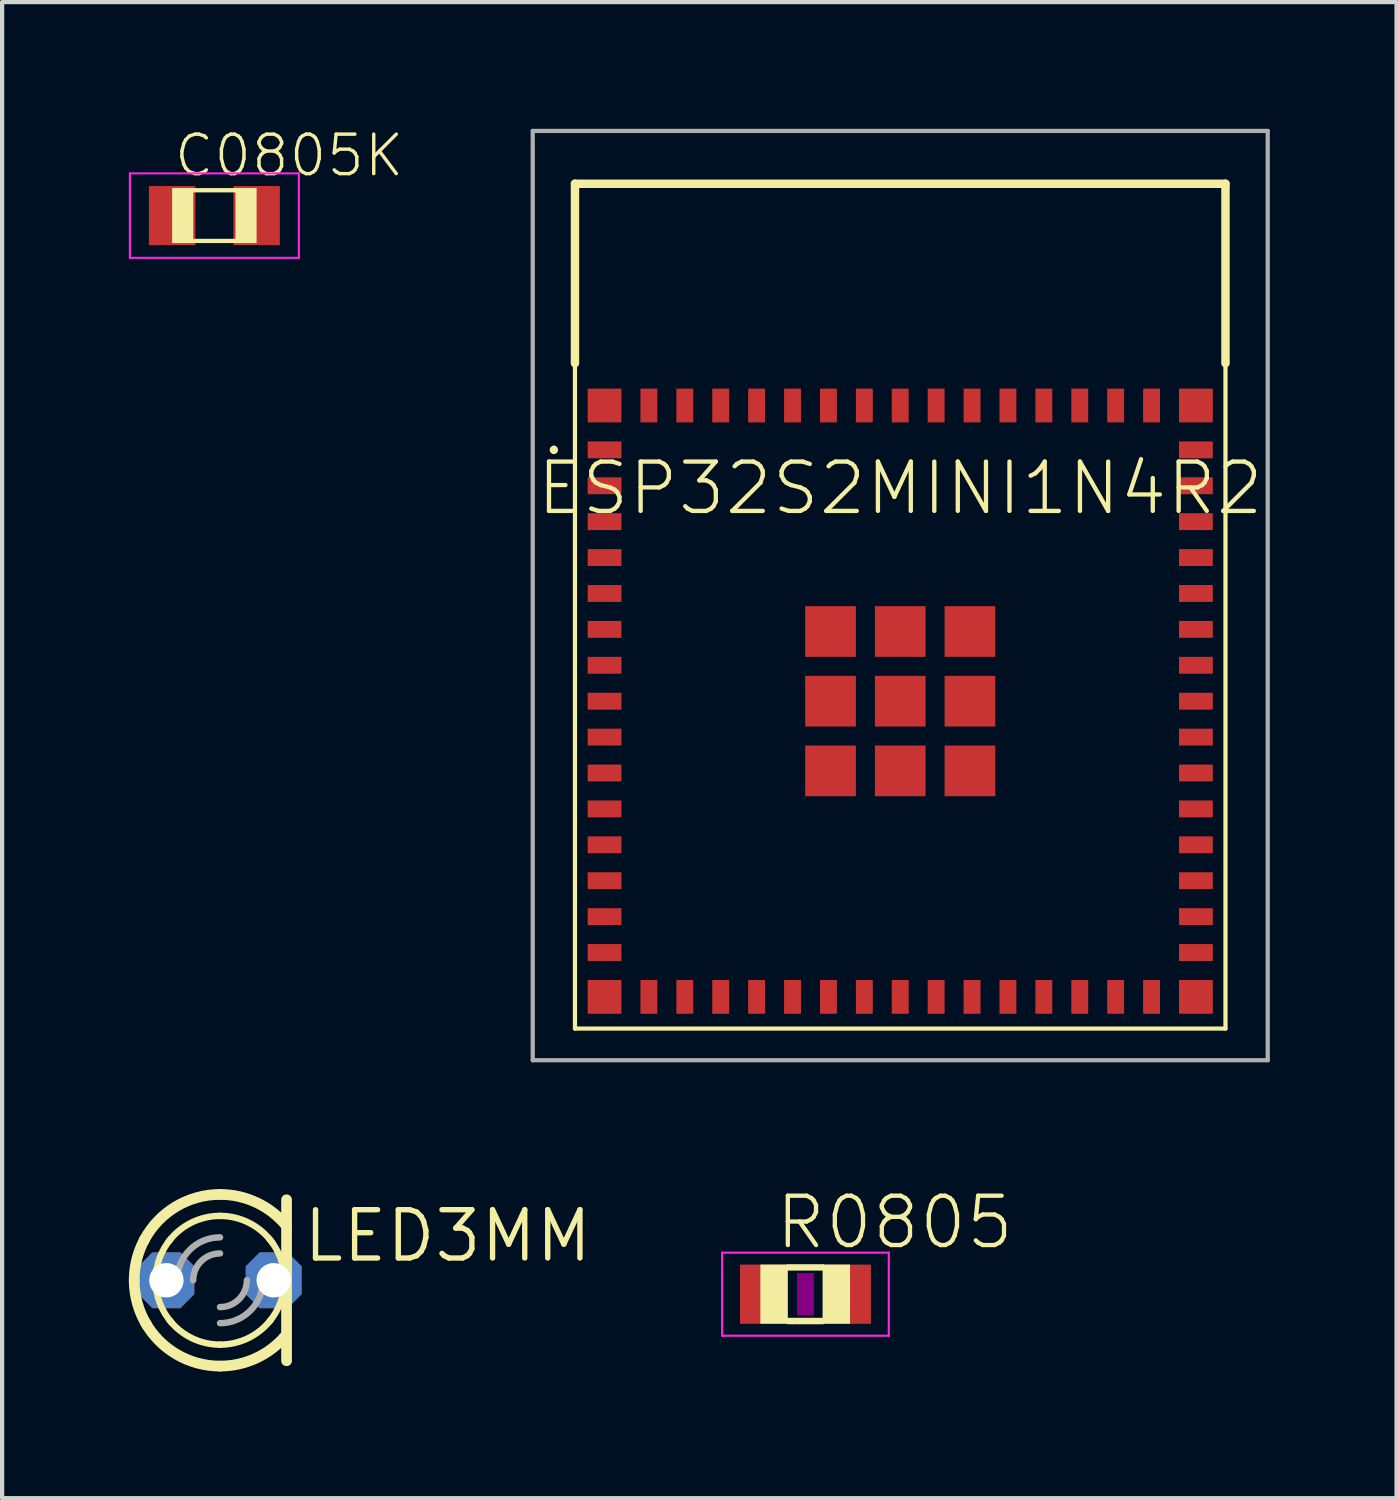
<source format=kicad_pcb>
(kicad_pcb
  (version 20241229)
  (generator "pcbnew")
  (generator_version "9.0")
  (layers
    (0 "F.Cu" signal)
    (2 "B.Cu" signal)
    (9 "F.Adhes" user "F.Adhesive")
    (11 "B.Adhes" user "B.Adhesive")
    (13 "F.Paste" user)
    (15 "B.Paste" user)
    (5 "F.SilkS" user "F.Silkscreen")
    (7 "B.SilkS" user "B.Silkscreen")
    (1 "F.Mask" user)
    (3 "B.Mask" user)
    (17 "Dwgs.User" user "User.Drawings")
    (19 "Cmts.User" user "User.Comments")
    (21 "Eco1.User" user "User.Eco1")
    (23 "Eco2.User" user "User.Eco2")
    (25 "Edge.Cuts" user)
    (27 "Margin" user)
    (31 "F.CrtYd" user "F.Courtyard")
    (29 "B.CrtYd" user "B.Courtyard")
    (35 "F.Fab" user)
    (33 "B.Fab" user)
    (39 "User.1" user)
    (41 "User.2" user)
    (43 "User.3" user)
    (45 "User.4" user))
  (footprint "LED3MM"
    (layer "F.Cu")
    (at 2.159 27.259)
    (property "Reference" "LED3MM" (at 1.905 -0.381 0) (layer "F.SilkS") (effects (font (size 1.143 1.143) (thickness 0.127)) (justify left bottom)))
    (fp_line (start 1.575 1.905) (end 1.575 -1.905) (stroke (width 0.254) (type solid)) (layer "F.SilkS"))
    (fp_arc (start -2.032 0) (mid -1.970339 -0.496775) (end -1.7891 -0.9634) (stroke (width 0.254) (type solid)) (layer "F.SilkS"))
    (fp_arc (start -1.7929 -0.9562) (mid -1.045438 -1.7424) (end 0 -2.032) (stroke (width 0.254) (type solid)) (layer "F.SilkS"))
    (fp_arc (start -1.7306 1.065) (mid -1.95521 0.553417) (end -2.032 0) (stroke (width 0.254) (type solid)) (layer "F.SilkS"))
    (fp_arc (start -1.524 0) (mid -1.432981 -0.518783) (end -1.1708 -0.9756) (stroke (width 0.1524) (type solid)) (layer "F.SilkS"))
    (fp_arc (start -1.2192 -0.9144) (mid -0.681554 -1.363107) (end 0 -1.524) (stroke (width 0.1524) (type solid)) (layer "F.SilkS"))
    (fp_arc (start -1.1391 1.0125) (mid -1.42454 0.5416) (end -1.524 0) (stroke (width 0.1524) (type solid)) (layer "F.SilkS"))
    (fp_arc (start 0 -2.032) (mid 0.861864 -1.840173) (end 1.561 -1.3009) (stroke (width 0.254) (type solid)) (layer "F.SilkS"))
    (fp_arc (start 0 -1.524) (mid 0.697339 -1.355082) (end 1.2401 -0.885801) (stroke (width 0.1524) (type solid)) (layer "F.SilkS"))
    (fp_arc (start 0 1.524) (mid -0.669593 1.369018) (end -1.203 0.9356) (stroke (width 0.1524) (type solid)) (layer "F.SilkS"))
    (fp_arc (start 0 2.032) (mid -1.019924 1.757525) (end -1.7643 1.0082) (stroke (width 0.254) (type solid)) (layer "F.SilkS"))
    (fp_arc (start 1.1571 -0.9918) (mid 1.429332 -0.528744) (end 1.524 0) (stroke (width 0.1524) (type solid)) (layer "F.SilkS"))
    (fp_arc (start 1.203 0.9356) (mid 0.669593 1.369018) (end 0 1.524) (stroke (width 0.1524) (type solid)) (layer "F.SilkS"))
    (fp_arc (start 1.524 0) (mid 1.432981 0.518783) (end 1.1708 0.9756) (stroke (width 0.1524) (type solid)) (layer "F.SilkS"))
    (fp_arc (start 1.5512 1.3126) (mid 0.854953 1.843405) (end 0 2.032) (stroke (width 0.254) (type solid)) (layer "F.SilkS"))
    (fp_arc (start -1.016 0) (mid -0.71842 -0.71842) (end 0 -1.016) (stroke (width 0.1524) (type solid)) (layer "F.Fab"))
    (fp_arc (start -0.635 0) (mid -0.449013 -0.449013) (end 0 -0.635) (stroke (width 0.1524) (type solid)) (layer "F.Fab"))
    (fp_arc (start 0.635 0) (mid 0.449013 0.449013) (end 0 0.635) (stroke (width 0.1524) (type solid)) (layer "F.Fab"))
    (fp_arc (start 1.016 0) (mid 0.71842 0.71842) (end 0 1.016) (stroke (width 0.1524) (type solid)) (layer "F.Fab"))
    (pad "A" thru_hole roundrect (at -1.27 0) (size 1.321 1.321) (drill 0.813) (layers "*.Cu" "*.Mask") (roundrect_rratio 0.25) (chamfer_ratio 0.25) (chamfer top_left top_right bottom_left bottom_right))
    (pad "K" thru_hole roundrect (at 1.27 0) (size 1.321 1.321) (drill 0.813) (layers "*.Cu" "*.Mask") (roundrect_rratio 0.25) (chamfer_ratio 0.25) (chamfer top_left top_right bottom_left bottom_right)))
  (footprint "C0805K"
    (layer "F.Cu")
    (at 2.025 2.054)
    (property "Reference" "C0805K" (at -1 -0.875 0) (layer "F.SilkS") (effects (font (size 0.935 0.935) (thickness 0.081)) (justify left bottom)))
    (fp_line (start -0.925 -0.6) (end 0.925 -0.6) (stroke (width 0.102) (type solid)) (layer "F.SilkS"))
    (fp_line (start 0.925 0.6) (end -0.925 0.6) (stroke (width 0.102) (type solid)) (layer "F.SilkS"))
    (fp_poly (pts (xy -1 0.65) (xy -0.5 0.65) (xy -0.5 -0.65) (xy -1 -0.65)) (stroke (width 0) (type solid)) (fill yes) (layer "F.SilkS"))
    (fp_poly (pts (xy 0.5 0.65) (xy 1 0.65) (xy 1 -0.65) (xy 0.5 -0.65)) (stroke (width 0) (type solid)) (fill yes) (layer "F.SilkS"))
    (fp_line (start -2 -1) (end 2 -1) (stroke (width 0.05) (type solid)) (layer "F.CrtYd"))
    (fp_line (start -2 1) (end -2 -1) (stroke (width 0.05) (type solid)) (layer "F.CrtYd"))
    (fp_line (start 2 -1) (end 2 1) (stroke (width 0.05) (type solid)) (layer "F.CrtYd"))
    (fp_line (start 2 1) (end -2 1) (stroke (width 0.05) (type solid)) (layer "F.CrtYd"))
    (pad "1" smd rect (at -1 0) (size 1.1 1.4) (layers "F.Cu" "F.Mask" "F.Paste"))
    (pad "2" smd rect (at 1 0) (size 1.1 1.4) (layers "F.Cu" "F.Mask" "F.Paste")))
  (footprint "ESP32S2MINI1N4R2"
    (layer "F.Cu")
    (at 18.262 13.55)
    (property "Reference" "ESP32S2MINI1N4R2" (at 0 -5.04 0) (layer "F.SilkS") (effects (font (size 1.168 1.168) (thickness 0.102))))
    (fp_line (start -7.7 -12.25) (end 7.7 -12.25) (stroke (width 0.2) (type solid)) (layer "F.SilkS"))
    (fp_line (start -7.7 -8) (end -7.7 -12.25) (stroke (width 0.2) (type solid)) (layer "F.SilkS"))
    (fp_line (start -7.7 7.75) (end -7.7 -12.25) (stroke (width 0.1) (type solid)) (layer "F.SilkS"))
    (fp_line (start 7.7 -12.25) (end 7.7 -8) (stroke (width 0.2) (type solid)) (layer "F.SilkS"))
    (fp_line (start 7.7 -12.25) (end 7.7 7.75) (stroke (width 0.1) (type solid)) (layer "F.SilkS"))
    (fp_line (start 7.7 7.75) (end -7.7 7.75) (stroke (width 0.1) (type solid)) (layer "F.SilkS"))
    (fp_arc (start -8.2 -6) (mid -8.15 -5.95) (end -8.2 -5.9) (stroke (width 0.1) (type solid)) (layer "F.SilkS"))
    (fp_arc (start -8.2 -5.9) (mid -8.25 -5.95) (end -8.2 -6) (stroke (width 0.1) (type solid)) (layer "F.SilkS"))
    (fp_line (start -8.7 -13.5) (end 8.7 -13.5) (stroke (width 0.1) (type solid)) (layer "F.Fab"))
    (fp_line (start -8.7 8.5) (end -8.7 -13.5) (stroke (width 0.1) (type solid)) (layer "F.Fab"))
    (fp_line (start 8.7 -13.5) (end 8.7 8.5) (stroke (width 0.1) (type solid)) (layer "F.Fab"))
    (fp_line (start 8.7 8.5) (end -8.7 8.5) (stroke (width 0.1) (type solid)) (layer "F.Fab"))
    (pad "1" smd rect (at -7 -5.95) (size 0.8 0.4) (layers "F.Cu" "F.Mask" "F.Paste"))
    (pad "2" smd rect (at -7 -5.1) (size 0.8 0.4) (layers "F.Cu" "F.Mask" "F.Paste"))
    (pad "3" smd rect (at -7 -4.25) (size 0.8 0.4) (layers "F.Cu" "F.Mask" "F.Paste"))
    (pad "4" smd rect (at -7 -3.4) (size 0.8 0.4) (layers "F.Cu" "F.Mask" "F.Paste"))
    (pad "5" smd rect (at -7 -2.55) (size 0.8 0.4) (layers "F.Cu" "F.Mask" "F.Paste"))
    (pad "6" smd rect (at -7 -1.7) (size 0.8 0.4) (layers "F.Cu" "F.Mask" "F.Paste"))
    (pad "7" smd rect (at -7 -0.85) (size 0.8 0.4) (layers "F.Cu" "F.Mask" "F.Paste"))
    (pad "8" smd rect (at -7 0) (size 0.8 0.4) (layers "F.Cu" "F.Mask" "F.Paste"))
    (pad "9" smd rect (at -7 0.85) (size 0.8 0.4) (layers "F.Cu" "F.Mask" "F.Paste"))
    (pad "10" smd rect (at -7 1.7) (size 0.8 0.4) (layers "F.Cu" "F.Mask" "F.Paste"))
    (pad "11" smd rect (at -7 2.55) (size 0.8 0.4) (layers "F.Cu" "F.Mask" "F.Paste"))
    (pad "12" smd rect (at -7 3.4) (size 0.8 0.4) (layers "F.Cu" "F.Mask" "F.Paste"))
    (pad "13" smd rect (at -7 4.25) (size 0.8 0.4) (layers "F.Cu" "F.Mask" "F.Paste"))
    (pad "14" smd rect (at -7 5.1) (size 0.8 0.4) (layers "F.Cu" "F.Mask" "F.Paste"))
    (pad "15" smd rect (at -7 5.95) (size 0.8 0.4) (layers "F.Cu" "F.Mask" "F.Paste"))
    (pad "16" smd rect (at -5.95 7 90) (size 0.8 0.4) (layers "F.Cu" "F.Mask" "F.Paste"))
    (pad "17" smd rect (at -5.1 7 90) (size 0.8 0.4) (layers "F.Cu" "F.Mask" "F.Paste"))
    (pad "18" smd rect (at -4.25 7 90) (size 0.8 0.4) (layers "F.Cu" "F.Mask" "F.Paste"))
    (pad "19" smd rect (at -3.4 7 90) (size 0.8 0.4) (layers "F.Cu" "F.Mask" "F.Paste"))
    (pad "20" smd rect (at -2.55 7 90) (size 0.8 0.4) (layers "F.Cu" "F.Mask" "F.Paste"))
    (pad "21" smd rect (at -1.7 7 90) (size 0.8 0.4) (layers "F.Cu" "F.Mask" "F.Paste"))
    (pad "22" smd rect (at -0.85 7 90) (size 0.8 0.4) (layers "F.Cu" "F.Mask" "F.Paste"))
    (pad "23" smd rect (at 0 7 90) (size 0.8 0.4) (layers "F.Cu" "F.Mask" "F.Paste"))
    (pad "24" smd rect (at 0.85 7 90) (size 0.8 0.4) (layers "F.Cu" "F.Mask" "F.Paste"))
    (pad "25" smd rect (at 1.7 7 90) (size 0.8 0.4) (layers "F.Cu" "F.Mask" "F.Paste"))
    (pad "26" smd rect (at 2.55 7 90) (size 0.8 0.4) (layers "F.Cu" "F.Mask" "F.Paste"))
    (pad "27" smd rect (at 3.4 7 90) (size 0.8 0.4) (layers "F.Cu" "F.Mask" "F.Paste"))
    (pad "28" smd rect (at 4.25 7 90) (size 0.8 0.4) (layers "F.Cu" "F.Mask" "F.Paste"))
    (pad "29" smd rect (at 5.1 7 90) (size 0.8 0.4) (layers "F.Cu" "F.Mask" "F.Paste"))
    (pad "30" smd rect (at 5.95 7 90) (size 0.8 0.4) (layers "F.Cu" "F.Mask" "F.Paste"))
    (pad "31" smd rect (at 7 5.95) (size 0.8 0.4) (layers "F.Cu" "F.Mask" "F.Paste"))
    (pad "32" smd rect (at 7 5.1) (size 0.8 0.4) (layers "F.Cu" "F.Mask" "F.Paste"))
    (pad "33" smd rect (at 7 4.25) (size 0.8 0.4) (layers "F.Cu" "F.Mask" "F.Paste"))
    (pad "34" smd rect (at 7 3.4) (size 0.8 0.4) (layers "F.Cu" "F.Mask" "F.Paste"))
    (pad "35" smd rect (at 7 2.55) (size 0.8 0.4) (layers "F.Cu" "F.Mask" "F.Paste"))
    (pad "36" smd rect (at 7 1.7) (size 0.8 0.4) (layers "F.Cu" "F.Mask" "F.Paste"))
    (pad "37" smd rect (at 7 0.85) (size 0.8 0.4) (layers "F.Cu" "F.Mask" "F.Paste"))
    (pad "38" smd rect (at 7 0) (size 0.8 0.4) (layers "F.Cu" "F.Mask" "F.Paste"))
    (pad "39" smd rect (at 7 -0.85) (size 0.8 0.4) (layers "F.Cu" "F.Mask" "F.Paste"))
    (pad "40" smd rect (at 7 -1.7) (size 0.8 0.4) (layers "F.Cu" "F.Mask" "F.Paste"))
    (pad "41" smd rect (at 7 -2.55) (size 0.8 0.4) (layers "F.Cu" "F.Mask" "F.Paste"))
    (pad "42" smd rect (at 7 -3.4) (size 0.8 0.4) (layers "F.Cu" "F.Mask" "F.Paste"))
    (pad "43" smd rect (at 7 -4.25) (size 0.8 0.4) (layers "F.Cu" "F.Mask" "F.Paste"))
    (pad "44" smd rect (at 7 -5.1) (size 0.8 0.4) (layers "F.Cu" "F.Mask" "F.Paste"))
    (pad "45" smd rect (at 7 -5.95) (size 0.8 0.4) (layers "F.Cu" "F.Mask" "F.Paste"))
    (pad "46" smd rect (at 5.95 -7 90) (size 0.8 0.4) (layers "F.Cu" "F.Mask" "F.Paste"))
    (pad "47" smd rect (at 5.1 -7 90) (size 0.8 0.4) (layers "F.Cu" "F.Mask" "F.Paste"))
    (pad "48" smd rect (at 4.25 -7 90) (size 0.8 0.4) (layers "F.Cu" "F.Mask" "F.Paste"))
    (pad "49" smd rect (at 3.4 -7 90) (size 0.8 0.4) (layers "F.Cu" "F.Mask" "F.Paste"))
    (pad "50" smd rect (at 2.55 -7 90) (size 0.8 0.4) (layers "F.Cu" "F.Mask" "F.Paste"))
    (pad "51" smd rect (at 1.7 -7 90) (size 0.8 0.4) (layers "F.Cu" "F.Mask" "F.Paste"))
    (pad "52" smd rect (at 0.85 -7 90) (size 0.8 0.4) (layers "F.Cu" "F.Mask" "F.Paste"))
    (pad "53" smd rect (at 0 -7 90) (size 0.8 0.4) (layers "F.Cu" "F.Mask" "F.Paste"))
    (pad "54" smd rect (at -0.85 -7 90) (size 0.8 0.4) (layers "F.Cu" "F.Mask" "F.Paste"))
    (pad "55" smd rect (at -1.7 -7 90) (size 0.8 0.4) (layers "F.Cu" "F.Mask" "F.Paste"))
    (pad "56" smd rect (at -2.55 -7 90) (size 0.8 0.4) (layers "F.Cu" "F.Mask" "F.Paste"))
    (pad "57" smd rect (at -3.4 -7 90) (size 0.8 0.4) (layers "F.Cu" "F.Mask" "F.Paste"))
    (pad "58" smd rect (at -4.25 -7 90) (size 0.8 0.4) (layers "F.Cu" "F.Mask" "F.Paste"))
    (pad "59" smd rect (at -5.1 -7 90) (size 0.8 0.4) (layers "F.Cu" "F.Mask" "F.Paste"))
    (pad "60" smd rect (at -5.95 -7 90) (size 0.8 0.4) (layers "F.Cu" "F.Mask" "F.Paste"))
    (pad "61" smd rect (at 0 0 90) (size 1.2 1.2) (layers "F.Cu" "F.Mask" "F.Paste"))
    (pad "62" smd rect (at -7 -7 90) (size 0.8 0.8) (layers "F.Cu" "F.Mask" "F.Paste"))
    (pad "63" smd rect (at -7 7 90) (size 0.8 0.8) (layers "F.Cu" "F.Mask" "F.Paste"))
    (pad "64" smd rect (at 7 7 90) (size 0.8 0.8) (layers "F.Cu" "F.Mask" "F.Paste"))
    (pad "65" smd rect (at 7 -7 90) (size 0.8 0.8) (layers "F.Cu" "F.Mask" "F.Paste"))
    (pad "66" smd rect (at -1.65 -1.65 90) (size 1.2 1.2) (layers "F.Cu" "F.Mask" "F.Paste"))
    (pad "67" smd rect (at -1.65 0 90) (size 1.2 1.2) (layers "F.Cu" "F.Mask" "F.Paste"))
    (pad "68" smd rect (at -1.65 1.65 90) (size 1.2 1.2) (layers "F.Cu" "F.Mask" "F.Paste"))
    (pad "69" smd rect (at 0 1.65 90) (size 1.2 1.2) (layers "F.Cu" "F.Mask" "F.Paste"))
    (pad "70" smd rect (at 1.65 1.65 90) (size 1.2 1.2) (layers "F.Cu" "F.Mask" "F.Paste"))
    (pad "71" smd rect (at 1.65 0 90) (size 1.2 1.2) (layers "F.Cu" "F.Mask" "F.Paste"))
    (pad "72" smd rect (at 1.65 -1.65 90) (size 1.2 1.2) (layers "F.Cu" "F.Mask" "F.Paste"))
    (pad "73" smd rect (at 0 -1.65 90) (size 1.2 1.2) (layers "F.Cu" "F.Mask" "F.Paste")))
  (footprint "R0805"
    (layer "F.Cu")
    (at 16.018 27.589)
    (property "Reference" "R0805" (at -0.762 -1.016 0) (layer "F.SilkS") (effects (font (size 1.168 1.168) (thickness 0.102)) (justify left bottom)))
    (fp_line (start -0.41 -0.635) (end 0.41 -0.635) (stroke (width 0.152) (type solid)) (layer "F.SilkS"))
    (fp_line (start -0.41 0.635) (end 0.41 0.635) (stroke (width 0.152) (type solid)) (layer "F.SilkS"))
    (fp_poly (pts (xy -1.067 0.699) (xy -0.417 0.699) (xy -0.417 -0.702) (xy -1.067 -0.702)) (stroke (width 0) (type solid)) (fill yes) (layer "F.SilkS"))
    (fp_poly (pts (xy 0.406 0.699) (xy 1.056 0.699) (xy 1.056 -0.702) (xy 0.406 -0.702)) (stroke (width 0) (type solid)) (fill yes) (layer "F.SilkS"))
    (fp_poly (pts (xy -0.2 0.5) (xy 0.2 0.5) (xy 0.2 -0.5) (xy -0.2 -0.5)) (stroke (width 0) (type solid)) (fill yes) (layer "F.Adhes"))
    (fp_line (start -1.973 -0.983) (end 1.973 -0.983) (stroke (width 0.051) (type solid)) (layer "F.CrtYd"))
    (fp_line (start -1.973 0.983) (end -1.973 -0.983) (stroke (width 0.051) (type solid)) (layer "F.CrtYd"))
    (fp_line (start 1.973 -0.983) (end 1.973 0.983) (stroke (width 0.051) (type solid)) (layer "F.CrtYd"))
    (fp_line (start 1.973 0.983) (end -1.973 0.983) (stroke (width 0.051) (type solid)) (layer "F.CrtYd"))
    (pad "1" smd rect (at -1 0) (size 1.1 1.4) (layers "F.Cu" "F.Mask" "F.Paste"))
    (pad "2" smd rect (at 1 0) (size 1.1 1.4) (layers "F.Cu" "F.Mask" "F.Paste")))
  (gr_rect
    (start -3 -3)
    (end 30.012 32.418)
    (stroke (width 0.1) (type default))
    (fill no)
    (layer "Edge.Cuts")))
</source>
